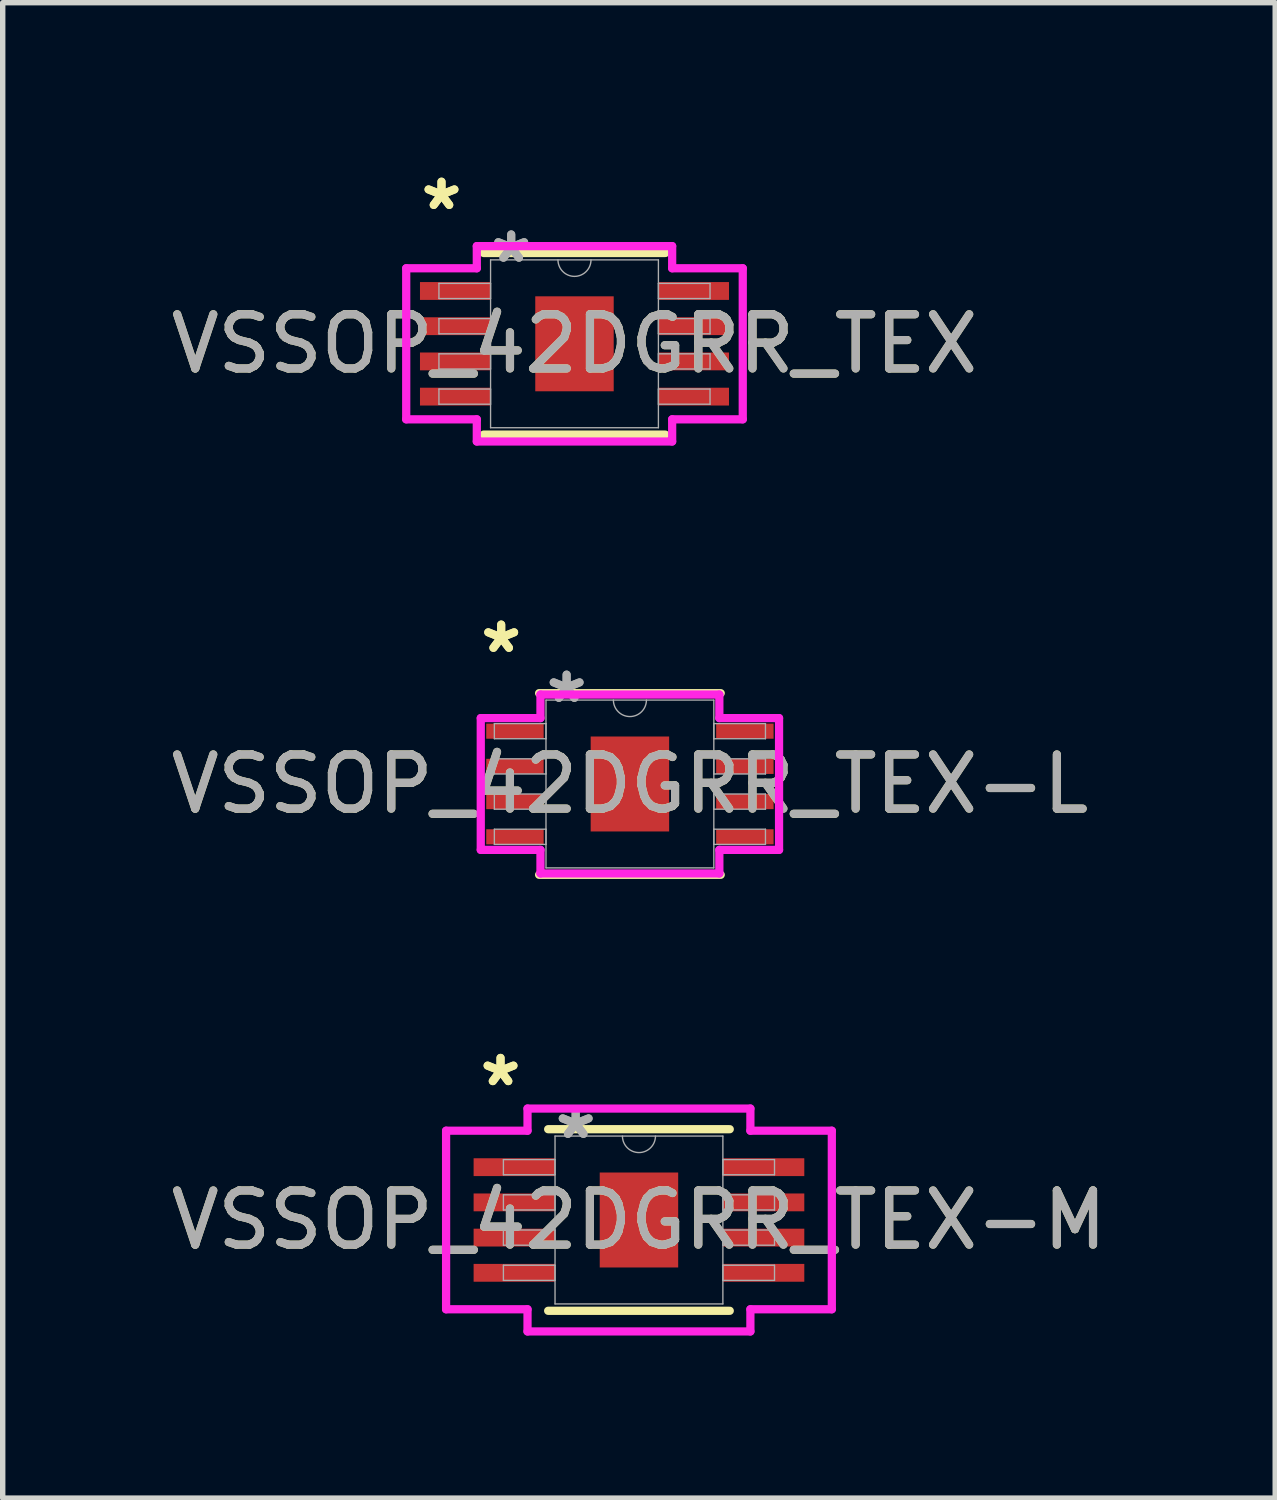
<source format=kicad_pcb>
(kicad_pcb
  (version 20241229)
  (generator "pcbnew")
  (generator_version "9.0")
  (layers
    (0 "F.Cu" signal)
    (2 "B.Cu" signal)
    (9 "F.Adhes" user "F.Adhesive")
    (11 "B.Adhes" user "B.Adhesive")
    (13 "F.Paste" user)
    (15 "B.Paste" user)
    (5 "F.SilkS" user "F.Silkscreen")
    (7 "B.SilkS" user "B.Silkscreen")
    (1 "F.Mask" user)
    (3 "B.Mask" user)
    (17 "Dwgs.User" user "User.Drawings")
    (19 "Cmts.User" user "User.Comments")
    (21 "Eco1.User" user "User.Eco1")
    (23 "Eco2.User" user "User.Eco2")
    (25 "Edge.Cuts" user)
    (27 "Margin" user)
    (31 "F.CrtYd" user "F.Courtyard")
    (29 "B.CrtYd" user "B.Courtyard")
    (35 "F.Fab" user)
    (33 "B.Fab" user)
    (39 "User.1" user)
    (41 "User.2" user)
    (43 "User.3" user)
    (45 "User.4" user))
  (footprint "VSSOP_42DGRR_TEX-L"
    (layer "F.Cu")
    (at 8.577 11.421)
    (property "Reference" "VSSOP_42DGRR_TEX-L" (at 0 0 0) (unlocked yes) (layer "F.SilkS") (effects (font (size 1 1) (thickness 0.15))))
    (attr smd)
    (fp_line (start -1.676 1.676) (end 1.676 1.676) (stroke (width 0.152) (type solid)) (layer "F.SilkS"))
    (fp_line (start 1.676 -1.676) (end -1.676 -1.676) (stroke (width 0.152) (type solid)) (layer "F.SilkS"))
    (fp_line (start -2.753 -1.216) (end -1.651 -1.216) (stroke (width 0.152) (type solid)) (layer "F.CrtYd"))
    (fp_line (start -2.753 1.216) (end -2.753 -1.216) (stroke (width 0.152) (type solid)) (layer "F.CrtYd"))
    (fp_line (start -2.753 1.216) (end -1.651 1.216) (stroke (width 0.152) (type solid)) (layer "F.CrtYd"))
    (fp_line (start -1.651 -1.651) (end 1.651 -1.651) (stroke (width 0.152) (type solid)) (layer "F.CrtYd"))
    (fp_line (start -1.651 -1.216) (end -1.651 -1.651) (stroke (width 0.152) (type solid)) (layer "F.CrtYd"))
    (fp_line (start -1.651 1.651) (end -1.651 1.216) (stroke (width 0.152) (type solid)) (layer "F.CrtYd"))
    (fp_line (start 1.651 -1.651) (end 1.651 -1.216) (stroke (width 0.152) (type solid)) (layer "F.CrtYd"))
    (fp_line (start 1.651 1.216) (end 1.651 1.651) (stroke (width 0.152) (type solid)) (layer "F.CrtYd"))
    (fp_line (start 1.651 1.651) (end -1.651 1.651) (stroke (width 0.152) (type solid)) (layer "F.CrtYd"))
    (fp_line (start 2.753 -1.216) (end 1.651 -1.216) (stroke (width 0.152) (type solid)) (layer "F.CrtYd"))
    (fp_line (start 2.753 -1.216) (end 2.753 1.216) (stroke (width 0.152) (type solid)) (layer "F.CrtYd"))
    (fp_line (start 2.753 1.216) (end 1.651 1.216) (stroke (width 0.152) (type solid)) (layer "F.CrtYd"))
    (fp_line (start -2.502 -1.115) (end -2.502 -0.835) (stroke (width 0.025) (type solid)) (layer "F.Fab"))
    (fp_line (start -2.502 -0.835) (end -1.549 -0.835) (stroke (width 0.025) (type solid)) (layer "F.Fab"))
    (fp_line (start -2.502 -0.465) (end -2.502 -0.185) (stroke (width 0.025) (type solid)) (layer "F.Fab"))
    (fp_line (start -2.502 -0.185) (end -1.549 -0.185) (stroke (width 0.025) (type solid)) (layer "F.Fab"))
    (fp_line (start -2.502 0.185) (end -2.502 0.465) (stroke (width 0.025) (type solid)) (layer "F.Fab"))
    (fp_line (start -2.502 0.465) (end -1.549 0.465) (stroke (width 0.025) (type solid)) (layer "F.Fab"))
    (fp_line (start -2.502 0.835) (end -2.502 1.115) (stroke (width 0.025) (type solid)) (layer "F.Fab"))
    (fp_line (start -2.502 1.115) (end -1.549 1.115) (stroke (width 0.025) (type solid)) (layer "F.Fab"))
    (fp_line (start -1.549 -1.549) (end -1.549 1.549) (stroke (width 0.025) (type solid)) (layer "F.Fab"))
    (fp_line (start -1.549 -1.115) (end -2.502 -1.115) (stroke (width 0.025) (type solid)) (layer "F.Fab"))
    (fp_line (start -1.549 -0.835) (end -1.549 -1.115) (stroke (width 0.025) (type solid)) (layer "F.Fab"))
    (fp_line (start -1.549 -0.465) (end -2.502 -0.465) (stroke (width 0.025) (type solid)) (layer "F.Fab"))
    (fp_line (start -1.549 -0.185) (end -1.549 -0.465) (stroke (width 0.025) (type solid)) (layer "F.Fab"))
    (fp_line (start -1.549 0.185) (end -2.502 0.185) (stroke (width 0.025) (type solid)) (layer "F.Fab"))
    (fp_line (start -1.549 0.465) (end -1.549 0.185) (stroke (width 0.025) (type solid)) (layer "F.Fab"))
    (fp_line (start -1.549 0.835) (end -2.502 0.835) (stroke (width 0.025) (type solid)) (layer "F.Fab"))
    (fp_line (start -1.549 1.115) (end -1.549 0.835) (stroke (width 0.025) (type solid)) (layer "F.Fab"))
    (fp_line (start -1.549 1.549) (end 1.549 1.549) (stroke (width 0.025) (type solid)) (layer "F.Fab"))
    (fp_line (start 1.549 -1.549) (end -1.549 -1.549) (stroke (width 0.025) (type solid)) (layer "F.Fab"))
    (fp_line (start 1.549 -1.115) (end 1.549 -0.835) (stroke (width 0.025) (type solid)) (layer "F.Fab"))
    (fp_line (start 1.549 -0.835) (end 2.502 -0.835) (stroke (width 0.025) (type solid)) (layer "F.Fab"))
    (fp_line (start 1.549 -0.465) (end 1.549 -0.185) (stroke (width 0.025) (type solid)) (layer "F.Fab"))
    (fp_line (start 1.549 -0.185) (end 2.502 -0.185) (stroke (width 0.025) (type solid)) (layer "F.Fab"))
    (fp_line (start 1.549 0.185) (end 1.549 0.465) (stroke (width 0.025) (type solid)) (layer "F.Fab"))
    (fp_line (start 1.549 0.465) (end 2.502 0.465) (stroke (width 0.025) (type solid)) (layer "F.Fab"))
    (fp_line (start 1.549 0.835) (end 1.549 1.115) (stroke (width 0.025) (type solid)) (layer "F.Fab"))
    (fp_line (start 1.549 1.115) (end 2.502 1.115) (stroke (width 0.025) (type solid)) (layer "F.Fab"))
    (fp_line (start 1.549 1.549) (end 1.549 -1.549) (stroke (width 0.025) (type solid)) (layer "F.Fab"))
    (fp_line (start 2.502 -1.115) (end 1.549 -1.115) (stroke (width 0.025) (type solid)) (layer "F.Fab"))
    (fp_line (start 2.502 -0.835) (end 2.502 -1.115) (stroke (width 0.025) (type solid)) (layer "F.Fab"))
    (fp_line (start 2.502 -0.465) (end 1.549 -0.465) (stroke (width 0.025) (type solid)) (layer "F.Fab"))
    (fp_line (start 2.502 -0.185) (end 2.502 -0.465) (stroke (width 0.025) (type solid)) (layer "F.Fab"))
    (fp_line (start 2.502 0.185) (end 1.549 0.185) (stroke (width 0.025) (type solid)) (layer "F.Fab"))
    (fp_line (start 2.502 0.465) (end 2.502 0.185) (stroke (width 0.025) (type solid)) (layer "F.Fab"))
    (fp_line (start 2.502 0.835) (end 1.549 0.835) (stroke (width 0.025) (type solid)) (layer "F.Fab"))
    (fp_line (start 2.502 1.115) (end 2.502 0.835) (stroke (width 0.025) (type solid)) (layer "F.Fab"))
    (fp_arc (start 0.3048 -1.5494) (mid 0 -1.2446) (end -0.3048 -1.5494) (stroke (width 0.0254) (type solid)) (layer "F.Fab"))
    (fp_text user "*" (at -2.376 -2.397 0) (layer "F.SilkS") (effects (font (size 1 1) (thickness 0.15))))
    (fp_text user "*" (at -2.376 -2.397 0) (unlocked yes) (layer "F.SilkS") (effects (font (size 1 1) (thickness 0.15))))
    (fp_text user "*" (at -1.168 -1.473 0) (unlocked yes) (layer "F.Fab") (effects (font (size 1 1) (thickness 0.15))))
    (fp_text user "*" (at -1.168 -1.473 0) (layer "F.Fab") (effects (font (size 1 1) (thickness 0.15))))
    (fp_text user "${REFERENCE}" (at 0 0 0) (unlocked yes) (layer "F.Fab") (effects (font (size 1 1) (thickness 0.15))))
    (pad "1" smd rect (at -2.122 -0.975) (size 1.06 0.279) (layers "F.Cu" "F.Mask" "F.Paste"))
    (pad "2" smd rect (at -2.122 -0.325) (size 1.06 0.279) (layers "F.Cu" "F.Mask" "F.Paste"))
    (pad "3" smd rect (at -2.122 0.325) (size 1.06 0.279) (layers "F.Cu" "F.Mask" "F.Paste"))
    (pad "4" smd rect (at -2.122 0.975) (size 1.06 0.279) (layers "F.Cu" "F.Mask" "F.Paste"))
    (pad "5" smd rect (at 2.122 0.975) (size 1.06 0.279) (layers "F.Cu" "F.Mask" "F.Paste"))
    (pad "6" smd rect (at 2.122 0.325) (size 1.06 0.279) (layers "F.Cu" "F.Mask" "F.Paste"))
    (pad "7" smd rect (at 2.122 -0.325) (size 1.06 0.279) (layers "F.Cu" "F.Mask" "F.Paste"))
    (pad "8" smd rect (at 2.122 -0.975) (size 1.06 0.279) (layers "F.Cu" "F.Mask" "F.Paste"))
    (pad "EPAD" smd rect (at 0 0) (size 1.448 1.753) (layers "F.Cu" "F.Mask" "F.Paste")))
  (footprint "VSSOP_42DGRR_TEX-M"
    (layer "F.Cu")
    (at 8.744 19.469)
    (property "Reference" "VSSOP_42DGRR_TEX-M" (at 0 0 0) (unlocked yes) (layer "F.SilkS") (effects (font (size 1 1) (thickness 0.15))))
    (attr smd)
    (fp_line (start -1.676 1.676) (end 1.676 1.676) (stroke (width 0.152) (type solid)) (layer "F.SilkS"))
    (fp_line (start 1.676 -1.676) (end -1.676 -1.676) (stroke (width 0.152) (type solid)) (layer "F.SilkS"))
    (fp_line (start -3.56 -1.648) (end -2.057 -1.648) (stroke (width 0.152) (type solid)) (layer "F.CrtYd"))
    (fp_line (start -3.56 1.648) (end -3.56 -1.648) (stroke (width 0.152) (type solid)) (layer "F.CrtYd"))
    (fp_line (start -3.56 1.648) (end -2.057 1.648) (stroke (width 0.152) (type solid)) (layer "F.CrtYd"))
    (fp_line (start -2.057 -2.057) (end 2.057 -2.057) (stroke (width 0.152) (type solid)) (layer "F.CrtYd"))
    (fp_line (start -2.057 -1.648) (end -2.057 -2.057) (stroke (width 0.152) (type solid)) (layer "F.CrtYd"))
    (fp_line (start -2.057 2.057) (end -2.057 1.648) (stroke (width 0.152) (type solid)) (layer "F.CrtYd"))
    (fp_line (start 2.057 -2.057) (end 2.057 -1.648) (stroke (width 0.152) (type solid)) (layer "F.CrtYd"))
    (fp_line (start 2.057 1.648) (end 2.057 2.057) (stroke (width 0.152) (type solid)) (layer "F.CrtYd"))
    (fp_line (start 2.057 2.057) (end -2.057 2.057) (stroke (width 0.152) (type solid)) (layer "F.CrtYd"))
    (fp_line (start 3.56 -1.648) (end 2.057 -1.648) (stroke (width 0.152) (type solid)) (layer "F.CrtYd"))
    (fp_line (start 3.56 -1.648) (end 3.56 1.648) (stroke (width 0.152) (type solid)) (layer "F.CrtYd"))
    (fp_line (start 3.56 1.648) (end 2.057 1.648) (stroke (width 0.152) (type solid)) (layer "F.CrtYd"))
    (fp_line (start -2.502 -1.115) (end -2.502 -0.835) (stroke (width 0.025) (type solid)) (layer "F.Fab"))
    (fp_line (start -2.502 -0.835) (end -1.549 -0.835) (stroke (width 0.025) (type solid)) (layer "F.Fab"))
    (fp_line (start -2.502 -0.465) (end -2.502 -0.185) (stroke (width 0.025) (type solid)) (layer "F.Fab"))
    (fp_line (start -2.502 -0.185) (end -1.549 -0.185) (stroke (width 0.025) (type solid)) (layer "F.Fab"))
    (fp_line (start -2.502 0.185) (end -2.502 0.465) (stroke (width 0.025) (type solid)) (layer "F.Fab"))
    (fp_line (start -2.502 0.465) (end -1.549 0.465) (stroke (width 0.025) (type solid)) (layer "F.Fab"))
    (fp_line (start -2.502 0.835) (end -2.502 1.115) (stroke (width 0.025) (type solid)) (layer "F.Fab"))
    (fp_line (start -2.502 1.115) (end -1.549 1.115) (stroke (width 0.025) (type solid)) (layer "F.Fab"))
    (fp_line (start -1.549 -1.549) (end -1.549 1.549) (stroke (width 0.025) (type solid)) (layer "F.Fab"))
    (fp_line (start -1.549 -1.115) (end -2.502 -1.115) (stroke (width 0.025) (type solid)) (layer "F.Fab"))
    (fp_line (start -1.549 -0.835) (end -1.549 -1.115) (stroke (width 0.025) (type solid)) (layer "F.Fab"))
    (fp_line (start -1.549 -0.465) (end -2.502 -0.465) (stroke (width 0.025) (type solid)) (layer "F.Fab"))
    (fp_line (start -1.549 -0.185) (end -1.549 -0.465) (stroke (width 0.025) (type solid)) (layer "F.Fab"))
    (fp_line (start -1.549 0.185) (end -2.502 0.185) (stroke (width 0.025) (type solid)) (layer "F.Fab"))
    (fp_line (start -1.549 0.465) (end -1.549 0.185) (stroke (width 0.025) (type solid)) (layer "F.Fab"))
    (fp_line (start -1.549 0.835) (end -2.502 0.835) (stroke (width 0.025) (type solid)) (layer "F.Fab"))
    (fp_line (start -1.549 1.115) (end -1.549 0.835) (stroke (width 0.025) (type solid)) (layer "F.Fab"))
    (fp_line (start -1.549 1.549) (end 1.549 1.549) (stroke (width 0.025) (type solid)) (layer "F.Fab"))
    (fp_line (start 1.549 -1.549) (end -1.549 -1.549) (stroke (width 0.025) (type solid)) (layer "F.Fab"))
    (fp_line (start 1.549 -1.115) (end 1.549 -0.835) (stroke (width 0.025) (type solid)) (layer "F.Fab"))
    (fp_line (start 1.549 -0.835) (end 2.502 -0.835) (stroke (width 0.025) (type solid)) (layer "F.Fab"))
    (fp_line (start 1.549 -0.465) (end 1.549 -0.185) (stroke (width 0.025) (type solid)) (layer "F.Fab"))
    (fp_line (start 1.549 -0.185) (end 2.502 -0.185) (stroke (width 0.025) (type solid)) (layer "F.Fab"))
    (fp_line (start 1.549 0.185) (end 1.549 0.465) (stroke (width 0.025) (type solid)) (layer "F.Fab"))
    (fp_line (start 1.549 0.465) (end 2.502 0.465) (stroke (width 0.025) (type solid)) (layer "F.Fab"))
    (fp_line (start 1.549 0.835) (end 1.549 1.115) (stroke (width 0.025) (type solid)) (layer "F.Fab"))
    (fp_line (start 1.549 1.115) (end 2.502 1.115) (stroke (width 0.025) (type solid)) (layer "F.Fab"))
    (fp_line (start 1.549 1.549) (end 1.549 -1.549) (stroke (width 0.025) (type solid)) (layer "F.Fab"))
    (fp_line (start 2.502 -1.115) (end 1.549 -1.115) (stroke (width 0.025) (type solid)) (layer "F.Fab"))
    (fp_line (start 2.502 -0.835) (end 2.502 -1.115) (stroke (width 0.025) (type solid)) (layer "F.Fab"))
    (fp_line (start 2.502 -0.465) (end 1.549 -0.465) (stroke (width 0.025) (type solid)) (layer "F.Fab"))
    (fp_line (start 2.502 -0.185) (end 2.502 -0.465) (stroke (width 0.025) (type solid)) (layer "F.Fab"))
    (fp_line (start 2.502 0.185) (end 1.549 0.185) (stroke (width 0.025) (type solid)) (layer "F.Fab"))
    (fp_line (start 2.502 0.465) (end 2.502 0.185) (stroke (width 0.025) (type solid)) (layer "F.Fab"))
    (fp_line (start 2.502 0.835) (end 1.549 0.835) (stroke (width 0.025) (type solid)) (layer "F.Fab"))
    (fp_line (start 2.502 1.115) (end 2.502 0.835) (stroke (width 0.025) (type solid)) (layer "F.Fab"))
    (fp_arc (start 0.3048 -1.5494) (mid 0 -1.2446) (end -0.3048 -1.5494) (stroke (width 0.0254) (type solid)) (layer "F.Fab"))
    (fp_text user "*" (at -2.555 -2.447 0) (unlocked yes) (layer "F.SilkS") (effects (font (size 1 1) (thickness 0.15))))
    (fp_text user "*" (at -2.555 -2.447 0) (layer "F.SilkS") (effects (font (size 1 1) (thickness 0.15))))
    (fp_text user "*" (at -1.168 -1.473 0) (unlocked yes) (layer "F.Fab") (effects (font (size 1 1) (thickness 0.15))))
    (fp_text user "*" (at -1.168 -1.473 0) (layer "F.Fab") (effects (font (size 1 1) (thickness 0.15))))
    (fp_text user "${REFERENCE}" (at 0 0 0) (unlocked yes) (layer "F.Fab") (effects (font (size 1 1) (thickness 0.15))))
    (pad "1" smd rect (at -2.301 -0.975) (size 1.502 0.329) (layers "F.Cu" "F.Mask" "F.Paste"))
    (pad "2" smd rect (at -2.301 -0.325) (size 1.502 0.329) (layers "F.Cu" "F.Mask" "F.Paste"))
    (pad "3" smd rect (at -2.301 0.325) (size 1.502 0.329) (layers "F.Cu" "F.Mask" "F.Paste"))
    (pad "4" smd rect (at -2.301 0.975) (size 1.502 0.329) (layers "F.Cu" "F.Mask" "F.Paste"))
    (pad "5" smd rect (at 2.301 0.975) (size 1.502 0.329) (layers "F.Cu" "F.Mask" "F.Paste"))
    (pad "6" smd rect (at 2.301 0.325) (size 1.502 0.329) (layers "F.Cu" "F.Mask" "F.Paste"))
    (pad "7" smd rect (at 2.301 -0.325) (size 1.502 0.329) (layers "F.Cu" "F.Mask" "F.Paste"))
    (pad "8" smd rect (at 2.301 -0.975) (size 1.502 0.329) (layers "F.Cu" "F.Mask" "F.Paste"))
    (pad "EPAD" smd rect (at 0 0) (size 1.448 1.753) (layers "F.Cu" "F.Mask" "F.Paste")))
  (footprint "VSSOP_42DGRR_TEX"
    (layer "F.Cu")
    (at 7.554 3.296)
    (property "Reference" "VSSOP_42DGRR_TEX" (at 0 0 0) (unlocked yes) (layer "F.SilkS") (effects (font (size 1 1) (thickness 0.15))))
    (attr smd)
    (fp_line (start -1.676 1.676) (end 1.676 1.676) (stroke (width 0.152) (type solid)) (layer "F.SilkS"))
    (fp_line (start 1.676 -1.676) (end -1.676 -1.676) (stroke (width 0.152) (type solid)) (layer "F.SilkS"))
    (fp_line (start -3.106 -1.394) (end -1.803 -1.394) (stroke (width 0.152) (type solid)) (layer "F.CrtYd"))
    (fp_line (start -3.106 1.394) (end -3.106 -1.394) (stroke (width 0.152) (type solid)) (layer "F.CrtYd"))
    (fp_line (start -3.106 1.394) (end -1.803 1.394) (stroke (width 0.152) (type solid)) (layer "F.CrtYd"))
    (fp_line (start -1.803 -1.803) (end 1.803 -1.803) (stroke (width 0.152) (type solid)) (layer "F.CrtYd"))
    (fp_line (start -1.803 -1.394) (end -1.803 -1.803) (stroke (width 0.152) (type solid)) (layer "F.CrtYd"))
    (fp_line (start -1.803 1.803) (end -1.803 1.394) (stroke (width 0.152) (type solid)) (layer "F.CrtYd"))
    (fp_line (start 1.803 -1.803) (end 1.803 -1.394) (stroke (width 0.152) (type solid)) (layer "F.CrtYd"))
    (fp_line (start 1.803 1.394) (end 1.803 1.803) (stroke (width 0.152) (type solid)) (layer "F.CrtYd"))
    (fp_line (start 1.803 1.803) (end -1.803 1.803) (stroke (width 0.152) (type solid)) (layer "F.CrtYd"))
    (fp_line (start 3.106 -1.394) (end 1.803 -1.394) (stroke (width 0.152) (type solid)) (layer "F.CrtYd"))
    (fp_line (start 3.106 -1.394) (end 3.106 1.394) (stroke (width 0.152) (type solid)) (layer "F.CrtYd"))
    (fp_line (start 3.106 1.394) (end 1.803 1.394) (stroke (width 0.152) (type solid)) (layer "F.CrtYd"))
    (fp_line (start -2.502 -1.115) (end -2.502 -0.835) (stroke (width 0.025) (type solid)) (layer "F.Fab"))
    (fp_line (start -2.502 -0.835) (end -1.549 -0.835) (stroke (width 0.025) (type solid)) (layer "F.Fab"))
    (fp_line (start -2.502 -0.465) (end -2.502 -0.185) (stroke (width 0.025) (type solid)) (layer "F.Fab"))
    (fp_line (start -2.502 -0.185) (end -1.549 -0.185) (stroke (width 0.025) (type solid)) (layer "F.Fab"))
    (fp_line (start -2.502 0.185) (end -2.502 0.465) (stroke (width 0.025) (type solid)) (layer "F.Fab"))
    (fp_line (start -2.502 0.465) (end -1.549 0.465) (stroke (width 0.025) (type solid)) (layer "F.Fab"))
    (fp_line (start -2.502 0.835) (end -2.502 1.115) (stroke (width 0.025) (type solid)) (layer "F.Fab"))
    (fp_line (start -2.502 1.115) (end -1.549 1.115) (stroke (width 0.025) (type solid)) (layer "F.Fab"))
    (fp_line (start -1.549 -1.549) (end -1.549 1.549) (stroke (width 0.025) (type solid)) (layer "F.Fab"))
    (fp_line (start -1.549 -1.115) (end -2.502 -1.115) (stroke (width 0.025) (type solid)) (layer "F.Fab"))
    (fp_line (start -1.549 -0.835) (end -1.549 -1.115) (stroke (width 0.025) (type solid)) (layer "F.Fab"))
    (fp_line (start -1.549 -0.465) (end -2.502 -0.465) (stroke (width 0.025) (type solid)) (layer "F.Fab"))
    (fp_line (start -1.549 -0.185) (end -1.549 -0.465) (stroke (width 0.025) (type solid)) (layer "F.Fab"))
    (fp_line (start -1.549 0.185) (end -2.502 0.185) (stroke (width 0.025) (type solid)) (layer "F.Fab"))
    (fp_line (start -1.549 0.465) (end -1.549 0.185) (stroke (width 0.025) (type solid)) (layer "F.Fab"))
    (fp_line (start -1.549 0.835) (end -2.502 0.835) (stroke (width 0.025) (type solid)) (layer "F.Fab"))
    (fp_line (start -1.549 1.115) (end -1.549 0.835) (stroke (width 0.025) (type solid)) (layer "F.Fab"))
    (fp_line (start -1.549 1.549) (end 1.549 1.549) (stroke (width 0.025) (type solid)) (layer "F.Fab"))
    (fp_line (start 1.549 -1.549) (end -1.549 -1.549) (stroke (width 0.025) (type solid)) (layer "F.Fab"))
    (fp_line (start 1.549 -1.115) (end 1.549 -0.835) (stroke (width 0.025) (type solid)) (layer "F.Fab"))
    (fp_line (start 1.549 -0.835) (end 2.502 -0.835) (stroke (width 0.025) (type solid)) (layer "F.Fab"))
    (fp_line (start 1.549 -0.465) (end 1.549 -0.185) (stroke (width 0.025) (type solid)) (layer "F.Fab"))
    (fp_line (start 1.549 -0.185) (end 2.502 -0.185) (stroke (width 0.025) (type solid)) (layer "F.Fab"))
    (fp_line (start 1.549 0.185) (end 1.549 0.465) (stroke (width 0.025) (type solid)) (layer "F.Fab"))
    (fp_line (start 1.549 0.465) (end 2.502 0.465) (stroke (width 0.025) (type solid)) (layer "F.Fab"))
    (fp_line (start 1.549 0.835) (end 1.549 1.115) (stroke (width 0.025) (type solid)) (layer "F.Fab"))
    (fp_line (start 1.549 1.115) (end 2.502 1.115) (stroke (width 0.025) (type solid)) (layer "F.Fab"))
    (fp_line (start 1.549 1.549) (end 1.549 -1.549) (stroke (width 0.025) (type solid)) (layer "F.Fab"))
    (fp_line (start 2.502 -1.115) (end 1.549 -1.115) (stroke (width 0.025) (type solid)) (layer "F.Fab"))
    (fp_line (start 2.502 -0.835) (end 2.502 -1.115) (stroke (width 0.025) (type solid)) (layer "F.Fab"))
    (fp_line (start 2.502 -0.465) (end 1.549 -0.465) (stroke (width 0.025) (type solid)) (layer "F.Fab"))
    (fp_line (start 2.502 -0.185) (end 2.502 -0.465) (stroke (width 0.025) (type solid)) (layer "F.Fab"))
    (fp_line (start 2.502 0.185) (end 1.549 0.185) (stroke (width 0.025) (type solid)) (layer "F.Fab"))
    (fp_line (start 2.502 0.465) (end 2.502 0.185) (stroke (width 0.025) (type solid)) (layer "F.Fab"))
    (fp_line (start 2.502 0.835) (end 1.549 0.835) (stroke (width 0.025) (type solid)) (layer "F.Fab"))
    (fp_line (start 2.502 1.115) (end 2.502 0.835) (stroke (width 0.025) (type solid)) (layer "F.Fab"))
    (fp_arc (start 0.3048 -1.5494) (mid 0 -1.2446) (end -0.3048 -1.5494) (stroke (width 0.0254) (type solid)) (layer "F.Fab"))
    (fp_text user "*" (at -2.455 -2.447 0) (layer "F.SilkS") (effects (font (size 1 1) (thickness 0.15))))
    (fp_text user "*" (at -2.455 -2.447 0) (unlocked yes) (layer "F.SilkS") (effects (font (size 1 1) (thickness 0.15))))
    (fp_text user "*" (at -1.168 -1.473 0) (unlocked yes) (layer "F.Fab") (effects (font (size 1 1) (thickness 0.15))))
    (fp_text user "${REFERENCE}" (at 0 0 0) (unlocked yes) (layer "F.Fab") (effects (font (size 1 1) (thickness 0.15))))
    (fp_text user "*" (at -1.168 -1.473 0) (layer "F.Fab") (effects (font (size 1 1) (thickness 0.15))))
    (pad "1" smd rect (at -2.201 -0.975) (size 1.302 0.329) (layers "F.Cu" "F.Mask" "F.Paste"))
    (pad "2" smd rect (at -2.201 -0.325) (size 1.302 0.329) (layers "F.Cu" "F.Mask" "F.Paste"))
    (pad "3" smd rect (at -2.201 0.325) (size 1.302 0.329) (layers "F.Cu" "F.Mask" "F.Paste"))
    (pad "4" smd rect (at -2.201 0.975) (size 1.302 0.329) (layers "F.Cu" "F.Mask" "F.Paste"))
    (pad "5" smd rect (at 2.201 0.975) (size 1.302 0.329) (layers "F.Cu" "F.Mask" "F.Paste"))
    (pad "6" smd rect (at 2.201 0.325) (size 1.302 0.329) (layers "F.Cu" "F.Mask" "F.Paste"))
    (pad "7" smd rect (at 2.201 -0.325) (size 1.302 0.329) (layers "F.Cu" "F.Mask" "F.Paste"))
    (pad "8" smd rect (at 2.201 -0.975) (size 1.302 0.329) (layers "F.Cu" "F.Mask" "F.Paste"))
    (pad "EPAD" smd rect (at 0 0) (size 1.448 1.753) (layers "F.Cu" "F.Mask" "F.Paste")))
  (gr_rect
    (start -3 -3)
    (end 20.488 24.603)
    (stroke (width 0.1) (type default))
    (fill no)
    (layer "Edge.Cuts")))
</source>
